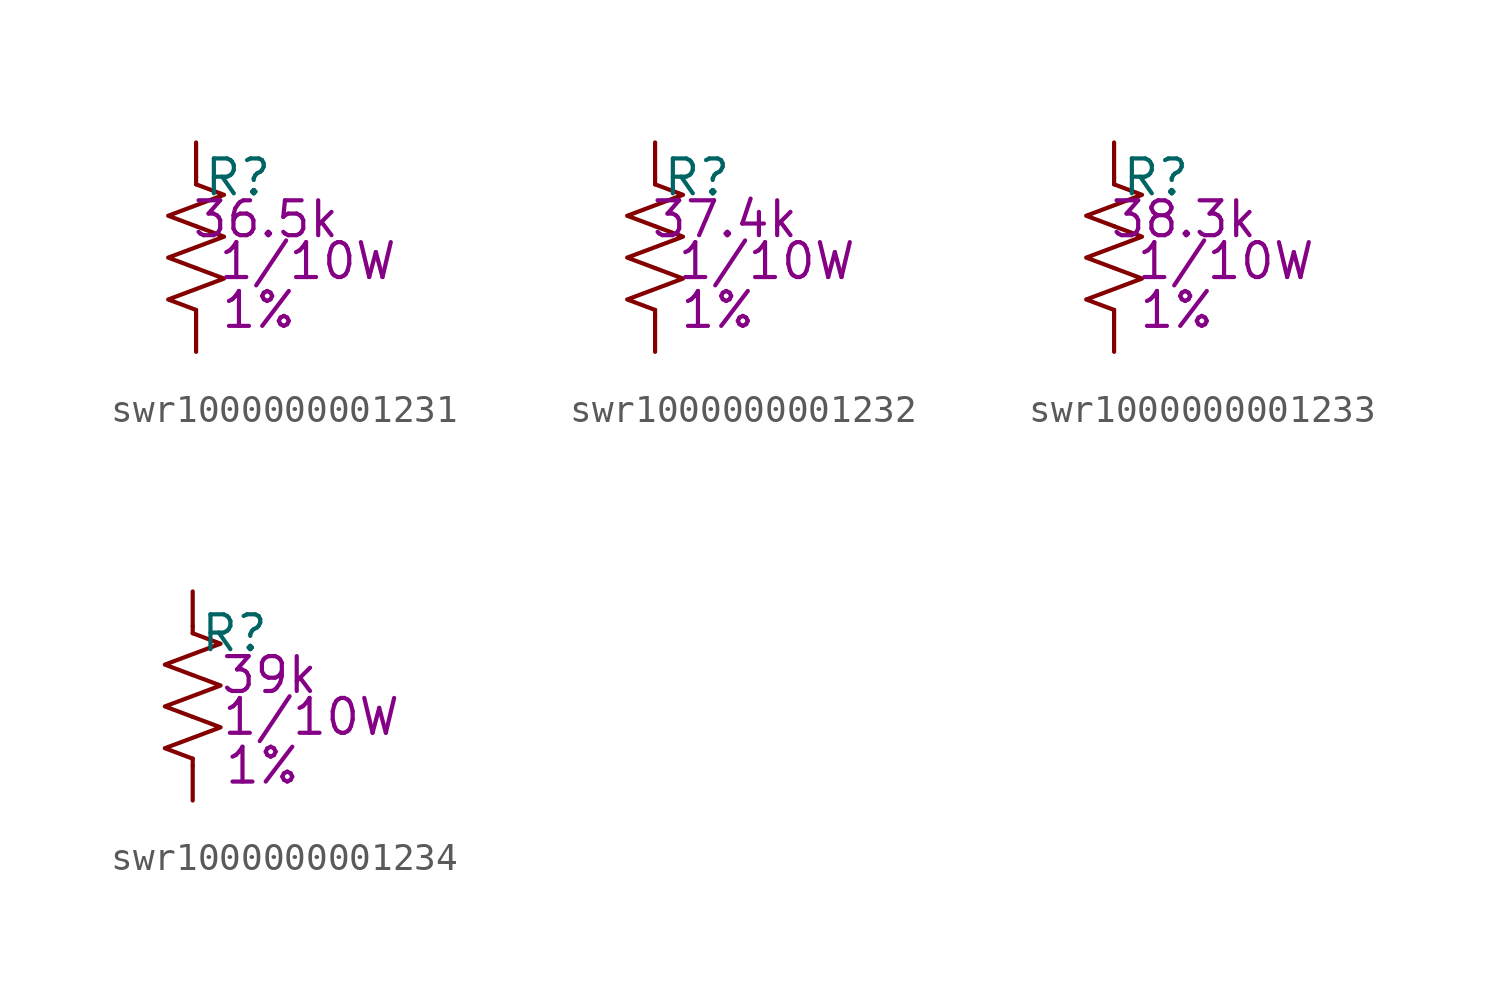
<source format=kicad_sym>
(kicad_symbol_lib
  (version 20211014)
  (generator kicad_symbol_editor)
  (symbol "swr1000000001231"
    (pin_numbers hide)
    (pin_names
      (offset 1.016))
    (property "Reference" "R"
      (at 1.524 2.54 0)
      (effects (font (size 1.27 1.27))))
    (property "PartValue" "36.5k"
      (at 2.54 1.016 0)
      (effects (font (size 1.27 1.27))))
    (property "Tolerance" "1%"
      (at 2.286 -2.286 0)
      (effects (font (size 1.27 1.27))))
    (property "Wattage" "1/10W"
      (at 4.064 -0.508 0)
      (effects (font (size 1.27 1.27))))
    (symbol "swr1000000001231_1_1"
      (polyline (pts (xy 0 -2.286) (xy 0 -2.54)) (stroke (width 0) (type default) (color 0 0 0 0)) (fill (type none)))
      (polyline (pts (xy 0 2.286) (xy 0 2.54)) (stroke (width 0) (type default) (color 0 0 0 0)) (fill (type none)))
      (polyline (pts (xy 0 -0.762) (xy 1.016 -1.143) (xy 0 -1.524) (xy -1.016 -1.905) (xy 0 -2.286)) (stroke (width 0) (type default) (color 0 0 0 0)) (fill (type none)))
      (polyline (pts (xy 0 0.762) (xy 1.016 0.381) (xy 0 0) (xy -1.016 -0.381) (xy 0 -0.762)) (stroke (width 0) (type default) (color 0 0 0 0)) (fill (type none)))
      (polyline (pts (xy 0 2.286) (xy 1.016 1.905) (xy 0 1.524) (xy -1.016 1.143) (xy 0 0.762)) (stroke (width 0) (type default) (color 0 0 0 0)) (fill (type none)))
      (pin passive line (at 0 3.81 270) (length 1.27) (name "~" (effects (font (size 1.27 1.27)))) (number "1" (effects (font (size 1.27 1.27)))))
      (pin passive line (at 0 -3.81 90) (length 1.27) (name "~" (effects (font (size 1.27 1.27)))) (number "2" (effects (font (size 1.27 1.27)))))))
  (symbol "swr1000000001232"
    (pin_numbers hide)
    (pin_names
      (offset 1.016))
    (property "Reference" "R"
      (at 1.524 2.54 0)
      (effects (font (size 1.27 1.27))))
    (property "PartValue" "37.4k"
      (at 2.54 1.016 0)
      (effects (font (size 1.27 1.27))))
    (property "Tolerance" "1%"
      (at 2.286 -2.286 0)
      (effects (font (size 1.27 1.27))))
    (property "Wattage" "1/10W"
      (at 4.064 -0.508 0)
      (effects (font (size 1.27 1.27))))
    (symbol "swr1000000001232_1_1"
      (polyline (pts (xy 0 -2.286) (xy 0 -2.54)) (stroke (width 0) (type default) (color 0 0 0 0)) (fill (type none)))
      (polyline (pts (xy 0 2.286) (xy 0 2.54)) (stroke (width 0) (type default) (color 0 0 0 0)) (fill (type none)))
      (polyline (pts (xy 0 -0.762) (xy 1.016 -1.143) (xy 0 -1.524) (xy -1.016 -1.905) (xy 0 -2.286)) (stroke (width 0) (type default) (color 0 0 0 0)) (fill (type none)))
      (polyline (pts (xy 0 0.762) (xy 1.016 0.381) (xy 0 0) (xy -1.016 -0.381) (xy 0 -0.762)) (stroke (width 0) (type default) (color 0 0 0 0)) (fill (type none)))
      (polyline (pts (xy 0 2.286) (xy 1.016 1.905) (xy 0 1.524) (xy -1.016 1.143) (xy 0 0.762)) (stroke (width 0) (type default) (color 0 0 0 0)) (fill (type none)))
      (pin passive line (at 0 3.81 270) (length 1.27) (name "~" (effects (font (size 1.27 1.27)))) (number "1" (effects (font (size 1.27 1.27)))))
      (pin passive line (at 0 -3.81 90) (length 1.27) (name "~" (effects (font (size 1.27 1.27)))) (number "2" (effects (font (size 1.27 1.27)))))))
  (symbol "swr1000000001233"
    (pin_numbers hide)
    (pin_names
      (offset 1.016))
    (property "Reference" "R"
      (at 1.524 2.54 0)
      (effects (font (size 1.27 1.27))))
    (property "PartValue" "38.3k"
      (at 2.54 1.016 0)
      (effects (font (size 1.27 1.27))))
    (property "Tolerance" "1%"
      (at 2.286 -2.286 0)
      (effects (font (size 1.27 1.27))))
    (property "Wattage" "1/10W"
      (at 4.064 -0.508 0)
      (effects (font (size 1.27 1.27))))
    (symbol "swr1000000001233_1_1"
      (polyline (pts (xy 0 -2.286) (xy 0 -2.54)) (stroke (width 0) (type default) (color 0 0 0 0)) (fill (type none)))
      (polyline (pts (xy 0 2.286) (xy 0 2.54)) (stroke (width 0) (type default) (color 0 0 0 0)) (fill (type none)))
      (polyline (pts (xy 0 -0.762) (xy 1.016 -1.143) (xy 0 -1.524) (xy -1.016 -1.905) (xy 0 -2.286)) (stroke (width 0) (type default) (color 0 0 0 0)) (fill (type none)))
      (polyline (pts (xy 0 0.762) (xy 1.016 0.381) (xy 0 0) (xy -1.016 -0.381) (xy 0 -0.762)) (stroke (width 0) (type default) (color 0 0 0 0)) (fill (type none)))
      (polyline (pts (xy 0 2.286) (xy 1.016 1.905) (xy 0 1.524) (xy -1.016 1.143) (xy 0 0.762)) (stroke (width 0) (type default) (color 0 0 0 0)) (fill (type none)))
      (pin passive line (at 0 3.81 270) (length 1.27) (name "~" (effects (font (size 1.27 1.27)))) (number "1" (effects (font (size 1.27 1.27)))))
      (pin passive line (at 0 -3.81 90) (length 1.27) (name "~" (effects (font (size 1.27 1.27)))) (number "2" (effects (font (size 1.27 1.27)))))))
  (symbol "swr1000000001234"
    (pin_numbers hide)
    (pin_names
      (offset 1.016))
    (property "Reference" "R"
      (at 1.524 2.286 0)
      (effects (font (size 1.27 1.27))))
    (property "PartNumber" "39k"
      (at 2.794 0.762 0)
      (effects (font (size 1.27 1.27))))
    (property "Tolerance" "1%"
      (at 2.54 -2.54 0)
      (effects (font (size 1.27 1.27))))
    (property "Wattage" "1/10W"
      (at 4.318 -0.762 0)
      (effects (font (size 1.27 1.27))))
    (symbol "swr1000000001234_1_1"
      (polyline (pts (xy 0 -2.286) (xy 0 -2.54)) (stroke (width 0) (type default) (color 0 0 0 0)) (fill (type none)))
      (polyline (pts (xy 0 2.286) (xy 0 2.54)) (stroke (width 0) (type default) (color 0 0 0 0)) (fill (type none)))
      (polyline (pts (xy 0 -0.762) (xy 1.016 -1.143) (xy 0 -1.524) (xy -1.016 -1.905) (xy 0 -2.286)) (stroke (width 0) (type default) (color 0 0 0 0)) (fill (type none)))
      (polyline (pts (xy 0 0.762) (xy 1.016 0.381) (xy 0 0) (xy -1.016 -0.381) (xy 0 -0.762)) (stroke (width 0) (type default) (color 0 0 0 0)) (fill (type none)))
      (polyline (pts (xy 0 2.286) (xy 1.016 1.905) (xy 0 1.524) (xy -1.016 1.143) (xy 0 0.762)) (stroke (width 0) (type default) (color 0 0 0 0)) (fill (type none)))
      (pin passive line (at 0 3.81 270) (length 1.27) (name "~" (effects (font (size 1.27 1.27)))) (number "1" (effects (font (size 1.27 1.27)))))
      (pin passive line (at 0 -3.81 90) (length 1.27) (name "~" (effects (font (size 1.27 1.27)))) (number "2" (effects (font (size 1.27 1.27))))))))
</source>
